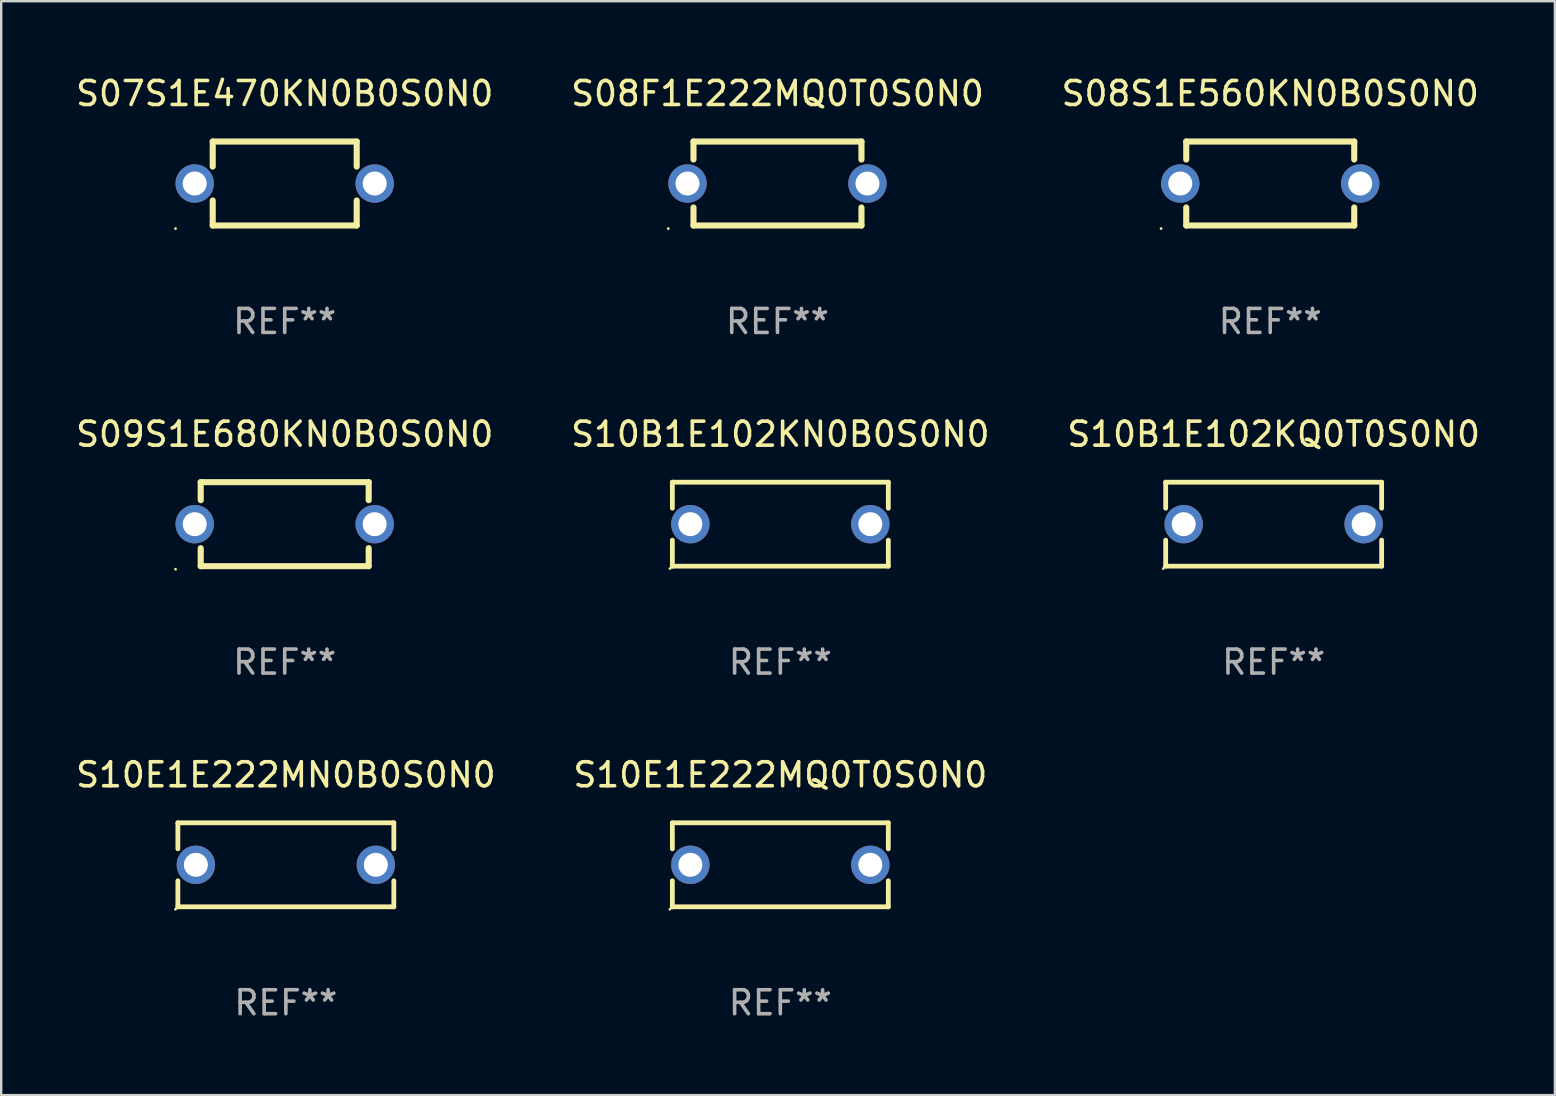
<source format=kicad_pcb>
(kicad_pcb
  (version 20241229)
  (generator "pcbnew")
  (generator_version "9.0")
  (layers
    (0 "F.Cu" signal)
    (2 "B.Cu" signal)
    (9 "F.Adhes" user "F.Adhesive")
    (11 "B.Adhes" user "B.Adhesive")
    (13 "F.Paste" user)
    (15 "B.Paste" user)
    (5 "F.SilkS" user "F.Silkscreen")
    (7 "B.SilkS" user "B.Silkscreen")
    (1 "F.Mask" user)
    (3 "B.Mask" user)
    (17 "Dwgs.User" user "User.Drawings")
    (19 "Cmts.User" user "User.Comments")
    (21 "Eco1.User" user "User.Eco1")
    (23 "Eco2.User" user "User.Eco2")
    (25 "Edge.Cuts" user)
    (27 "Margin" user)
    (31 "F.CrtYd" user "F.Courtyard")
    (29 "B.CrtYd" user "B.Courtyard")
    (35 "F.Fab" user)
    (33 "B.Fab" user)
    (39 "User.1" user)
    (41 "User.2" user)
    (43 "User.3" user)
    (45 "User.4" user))
  (footprint "S08S1E560KN0B0S0N0"
    (layer "F.Cu")
    (at 49.887 4.598)
    (property "Reference" "S08S1E560KN0B0S0N0" (at 0 -3.75 0) (layer "F.SilkS") (effects (font (size 1 1) (thickness 0.15))))
    (attr through_hole)
    (fp_line (start -3.5 -1.75) (end -3.5 -1) (stroke (width 0.254) (type solid)) (layer "F.SilkS"))
    (fp_line (start -3.5 -1.75) (end 3.5 -1.75) (stroke (width 0.254) (type solid)) (layer "F.SilkS"))
    (fp_line (start -3.5 1) (end -3.5 1.75) (stroke (width 0.254) (type solid)) (layer "F.SilkS"))
    (fp_line (start 3.5 -1.75) (end 3.5 -1) (stroke (width 0.254) (type solid)) (layer "F.SilkS"))
    (fp_line (start 3.5 1) (end 3.5 1.75) (stroke (width 0.254) (type solid)) (layer "F.SilkS"))
    (fp_line (start 3.5 1.75) (end -3.5 1.75) (stroke (width 0.254) (type solid)) (layer "F.SilkS"))
    (fp_circle (center -4.55 1.877) (end -4.52 1.877) (stroke (width 0.06) (type solid)) (fill no) (layer "F.SilkS"))
    (fp_text user "REF**" (at 0 5.75 0) (layer "F.Fab") (effects (font (size 1 1) (thickness 0.15))))
    (pad "1" thru_hole circle (at -3.75 -0.000038) (size 1.6 1.6) (drill 1) (layers "*.Cu" "*.Mask"))
    (pad "2" thru_hole circle (at 3.75 -0.000038) (size 1.6 1.6) (drill 1) (layers "*.Cu" "*.Mask")))
  (footprint "S07S1E470KN0B0S0N0"
    (layer "F.Cu")
    (at 8.815 4.598)
    (property "Reference" "S07S1E470KN0B0S0N0" (at 0 -3.75 0) (layer "F.SilkS") (effects (font (size 1 1) (thickness 0.15))))
    (attr through_hole)
    (fp_line (start -3 -1.75) (end -3 -0.706) (stroke (width 0.254) (type solid)) (layer "F.SilkS"))
    (fp_line (start -3 -1.75) (end 3 -1.75) (stroke (width 0.254) (type solid)) (layer "F.SilkS"))
    (fp_line (start -3 0.706) (end -3 1.75) (stroke (width 0.254) (type solid)) (layer "F.SilkS"))
    (fp_line (start 3 -1.75) (end 3 -0.706) (stroke (width 0.254) (type solid)) (layer "F.SilkS"))
    (fp_line (start 3 0.706) (end 3 1.75) (stroke (width 0.254) (type solid)) (layer "F.SilkS"))
    (fp_line (start 3 1.75) (end -3 1.75) (stroke (width 0.254) (type solid)) (layer "F.SilkS"))
    (fp_circle (center -4.55 1.877) (end -4.52 1.877) (stroke (width 0.06) (type solid)) (fill no) (layer "F.SilkS"))
    (fp_text user "REF**" (at 0 5.75 0) (layer "F.Fab") (effects (font (size 1 1) (thickness 0.15))))
    (pad "1" thru_hole circle (at -3.75 -0.000025) (size 1.6 1.6) (drill 1) (layers "*.Cu" "*.Mask"))
    (pad "2" thru_hole circle (at 3.75 -0.000025) (size 1.6 1.6) (drill 1) (layers "*.Cu" "*.Mask")))
  (footprint "S10E1E222MQ0T0S0N0"
    (layer "F.Cu")
    (at 29.47 32.991)
    (property "Reference" "S10E1E222MQ0T0S0N0" (at 0 -3.75 0) (layer "F.SilkS") (effects (font (size 1 1) (thickness 0.15))))
    (attr through_hole)
    (fp_line (start -4.5 -0.666) (end -4.5 -1.75) (stroke (width 0.2) (type solid)) (layer "F.SilkS"))
    (fp_line (start -4.5 1.75) (end -4.5 0.666) (stroke (width 0.2) (type solid)) (layer "F.SilkS"))
    (fp_line (start 4.5 -1.75) (end -4.5 -1.75) (stroke (width 0.2) (type solid)) (layer "F.SilkS"))
    (fp_line (start 4.5 -1.75) (end 4.5 -0.666) (stroke (width 0.2) (type solid)) (layer "F.SilkS"))
    (fp_line (start 4.5 0.666) (end 4.5 1.75) (stroke (width 0.2) (type solid)) (layer "F.SilkS"))
    (fp_line (start 4.5 1.75) (end -4.5 1.75) (stroke (width 0.2) (type solid)) (layer "F.SilkS"))
    (fp_circle (center -4.6 1.85) (end -4.57 1.85) (stroke (width 0.06) (type solid)) (fill no) (layer "F.SilkS"))
    (fp_text user "REF**" (at 0 5.75 0) (layer "F.Fab") (effects (font (size 1 1) (thickness 0.15))))
    (pad "1" thru_hole circle (at -3.75 0) (size 1.6 1.6) (drill 1) (layers "*.Cu" "*.Mask"))
    (pad "2" thru_hole circle (at 3.75 0) (size 1.6 1.6) (drill 1) (layers "*.Cu" "*.Mask")))
  (footprint "S08F1E222MQ0T0S0N0"
    (layer "F.Cu")
    (at 29.351 4.598)
    (property "Reference" "S08F1E222MQ0T0S0N0" (at 0 -3.75 0) (layer "F.SilkS") (effects (font (size 1 1) (thickness 0.15))))
    (attr through_hole)
    (fp_line (start -3.5 -1.75) (end -3.5 -1) (stroke (width 0.254) (type solid)) (layer "F.SilkS"))
    (fp_line (start -3.5 -1.75) (end 3.5 -1.75) (stroke (width 0.254) (type solid)) (layer "F.SilkS"))
    (fp_line (start -3.5 1) (end -3.5 1.75) (stroke (width 0.254) (type solid)) (layer "F.SilkS"))
    (fp_line (start 3.5 -1.75) (end 3.5 -1) (stroke (width 0.254) (type solid)) (layer "F.SilkS"))
    (fp_line (start 3.5 1) (end 3.5 1.75) (stroke (width 0.254) (type solid)) (layer "F.SilkS"))
    (fp_line (start 3.5 1.75) (end -3.5 1.75) (stroke (width 0.254) (type solid)) (layer "F.SilkS"))
    (fp_circle (center -4.55 1.877) (end -4.52 1.877) (stroke (width 0.06) (type solid)) (fill no) (layer "F.SilkS"))
    (fp_text user "REF**" (at 0 5.75 0) (layer "F.Fab") (effects (font (size 1 1) (thickness 0.15))))
    (pad "1" thru_hole circle (at -3.75 -0.000038) (size 1.6 1.6) (drill 1) (layers "*.Cu" "*.Mask"))
    (pad "2" thru_hole circle (at 3.75 -0.000038) (size 1.6 1.6) (drill 1) (layers "*.Cu" "*.Mask")))
  (footprint "S10B1E102KN0B0S0N0"
    (layer "F.Cu")
    (at 29.47 18.795)
    (property "Reference" "S10B1E102KN0B0S0N0" (at 0 -3.75 0) (layer "F.SilkS") (effects (font (size 1 1) (thickness 0.15))))
    (attr through_hole)
    (fp_line (start -4.5 -0.666) (end -4.5 -1.75) (stroke (width 0.2) (type solid)) (layer "F.SilkS"))
    (fp_line (start -4.5 1.75) (end -4.5 0.666) (stroke (width 0.2) (type solid)) (layer "F.SilkS"))
    (fp_line (start 4.5 -1.75) (end -4.5 -1.75) (stroke (width 0.2) (type solid)) (layer "F.SilkS"))
    (fp_line (start 4.5 -1.75) (end 4.5 -0.666) (stroke (width 0.2) (type solid)) (layer "F.SilkS"))
    (fp_line (start 4.5 0.666) (end 4.5 1.75) (stroke (width 0.2) (type solid)) (layer "F.SilkS"))
    (fp_line (start 4.5 1.75) (end -4.5 1.75) (stroke (width 0.2) (type solid)) (layer "F.SilkS"))
    (fp_circle (center -4.6 1.85) (end -4.57 1.85) (stroke (width 0.06) (type solid)) (fill no) (layer "F.SilkS"))
    (fp_text user "REF**" (at 0 5.75 0) (layer "F.Fab") (effects (font (size 1 1) (thickness 0.15))))
    (pad "1" thru_hole circle (at -3.75 0) (size 1.6 1.6) (drill 1) (layers "*.Cu" "*.Mask"))
    (pad "2" thru_hole circle (at 3.75 0) (size 1.6 1.6) (drill 1) (layers "*.Cu" "*.Mask")))
  (footprint "S10E1E222MN0B0S0N0"
    (layer "F.Cu")
    (at 8.863 32.991)
    (property "Reference" "S10E1E222MN0B0S0N0" (at 0 -3.75 0) (layer "F.SilkS") (effects (font (size 1 1) (thickness 0.15))))
    (attr through_hole)
    (fp_line (start -4.5 -0.666) (end -4.5 -1.75) (stroke (width 0.2) (type solid)) (layer "F.SilkS"))
    (fp_line (start -4.5 1.75) (end -4.5 0.666) (stroke (width 0.2) (type solid)) (layer "F.SilkS"))
    (fp_line (start 4.5 -1.75) (end -4.5 -1.75) (stroke (width 0.2) (type solid)) (layer "F.SilkS"))
    (fp_line (start 4.5 -1.75) (end 4.5 -0.666) (stroke (width 0.2) (type solid)) (layer "F.SilkS"))
    (fp_line (start 4.5 0.666) (end 4.5 1.75) (stroke (width 0.2) (type solid)) (layer "F.SilkS"))
    (fp_line (start 4.5 1.75) (end -4.5 1.75) (stroke (width 0.2) (type solid)) (layer "F.SilkS"))
    (fp_circle (center -4.6 1.85) (end -4.57 1.85) (stroke (width 0.06) (type solid)) (fill no) (layer "F.SilkS"))
    (fp_text user "REF**" (at 0 5.75 0) (layer "F.Fab") (effects (font (size 1 1) (thickness 0.15))))
    (pad "1" thru_hole circle (at -3.75 0) (size 1.6 1.6) (drill 1) (layers "*.Cu" "*.Mask"))
    (pad "2" thru_hole circle (at 3.75 0) (size 1.6 1.6) (drill 1) (layers "*.Cu" "*.Mask")))
  (footprint "S10B1E102KQ0T0S0N0"
    (layer "F.Cu")
    (at 50.03 18.795)
    (property "Reference" "S10B1E102KQ0T0S0N0" (at 0 -3.75 0) (layer "F.SilkS") (effects (font (size 1 1) (thickness 0.15))))
    (attr through_hole)
    (fp_line (start -4.5 -0.666) (end -4.5 -1.75) (stroke (width 0.2) (type solid)) (layer "F.SilkS"))
    (fp_line (start -4.5 1.75) (end -4.5 0.666) (stroke (width 0.2) (type solid)) (layer "F.SilkS"))
    (fp_line (start 4.5 -1.75) (end -4.5 -1.75) (stroke (width 0.2) (type solid)) (layer "F.SilkS"))
    (fp_line (start 4.5 -1.75) (end 4.5 -0.666) (stroke (width 0.2) (type solid)) (layer "F.SilkS"))
    (fp_line (start 4.5 0.666) (end 4.5 1.75) (stroke (width 0.2) (type solid)) (layer "F.SilkS"))
    (fp_line (start 4.5 1.75) (end -4.5 1.75) (stroke (width 0.2) (type solid)) (layer "F.SilkS"))
    (fp_circle (center -4.6 1.85) (end -4.57 1.85) (stroke (width 0.06) (type solid)) (fill no) (layer "F.SilkS"))
    (fp_text user "REF**" (at 0 5.75 0) (layer "F.Fab") (effects (font (size 1 1) (thickness 0.15))))
    (pad "1" thru_hole circle (at -3.75 0) (size 1.6 1.6) (drill 1) (layers "*.Cu" "*.Mask"))
    (pad "2" thru_hole circle (at 3.75 0) (size 1.6 1.6) (drill 1) (layers "*.Cu" "*.Mask")))
  (footprint "S09S1E680KN0B0S0N0"
    (layer "F.Cu")
    (at 8.815 18.795)
    (property "Reference" "S09S1E680KN0B0S0N0" (at 0 -3.75 0) (layer "F.SilkS") (effects (font (size 1 1) (thickness 0.15))))
    (attr through_hole)
    (fp_line (start -3.5 -1.75) (end -3.5 -1) (stroke (width 0.254) (type solid)) (layer "F.SilkS"))
    (fp_line (start -3.5 -1.75) (end 3.5 -1.75) (stroke (width 0.254) (type solid)) (layer "F.SilkS"))
    (fp_line (start -3.5 1) (end -3.5 1.75) (stroke (width 0.254) (type solid)) (layer "F.SilkS"))
    (fp_line (start 3.5 -1.75) (end 3.5 -1) (stroke (width 0.254) (type solid)) (layer "F.SilkS"))
    (fp_line (start 3.5 1) (end 3.5 1.75) (stroke (width 0.254) (type solid)) (layer "F.SilkS"))
    (fp_line (start 3.5 1.75) (end -3.5 1.75) (stroke (width 0.254) (type solid)) (layer "F.SilkS"))
    (fp_circle (center -4.55 1.877) (end -4.52 1.877) (stroke (width 0.06) (type solid)) (fill no) (layer "F.SilkS"))
    (fp_text user "REF**" (at 0 5.75 0) (layer "F.Fab") (effects (font (size 1 1) (thickness 0.15))))
    (pad "1" thru_hole circle (at -3.75 -0.000038) (size 1.6 1.6) (drill 1) (layers "*.Cu" "*.Mask"))
    (pad "2" thru_hole circle (at 3.75 -0.000038) (size 1.6 1.6) (drill 1) (layers "*.Cu" "*.Mask")))
  (gr_rect
    (start -3 -3)
    (end 61.75 42.59)
    (stroke (width 0.1) (type default))
    (fill no)
    (layer "Edge.Cuts")))
</source>
